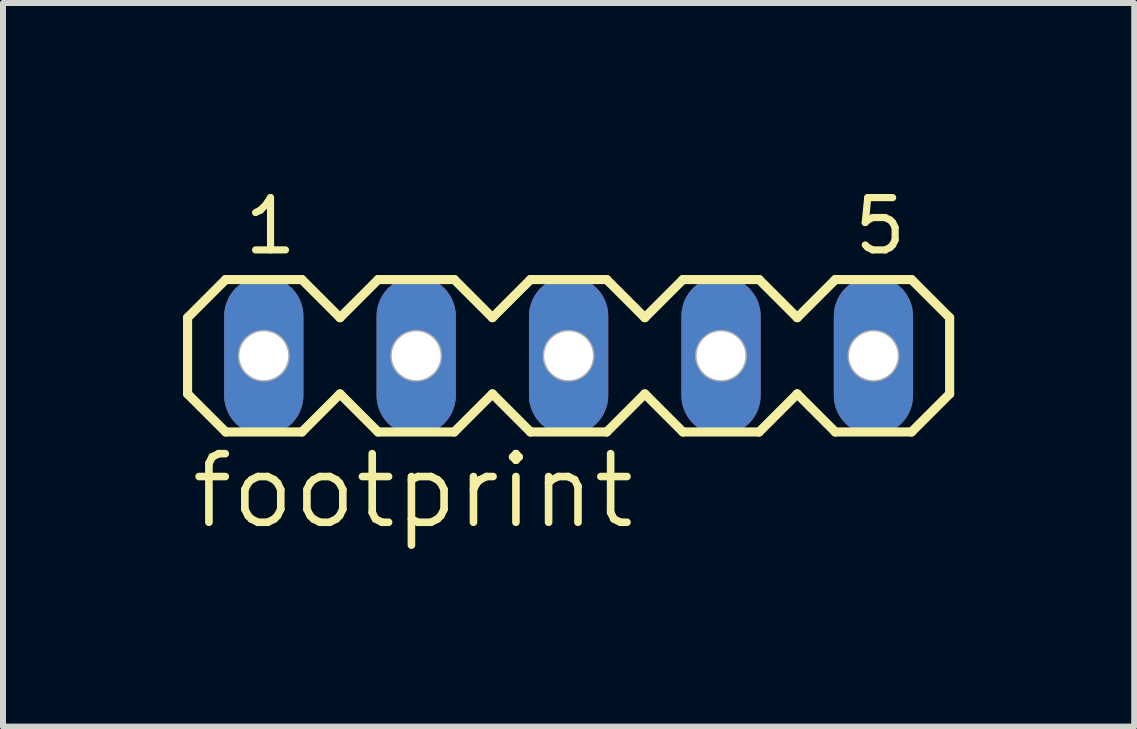
<source format=kicad_pcb>
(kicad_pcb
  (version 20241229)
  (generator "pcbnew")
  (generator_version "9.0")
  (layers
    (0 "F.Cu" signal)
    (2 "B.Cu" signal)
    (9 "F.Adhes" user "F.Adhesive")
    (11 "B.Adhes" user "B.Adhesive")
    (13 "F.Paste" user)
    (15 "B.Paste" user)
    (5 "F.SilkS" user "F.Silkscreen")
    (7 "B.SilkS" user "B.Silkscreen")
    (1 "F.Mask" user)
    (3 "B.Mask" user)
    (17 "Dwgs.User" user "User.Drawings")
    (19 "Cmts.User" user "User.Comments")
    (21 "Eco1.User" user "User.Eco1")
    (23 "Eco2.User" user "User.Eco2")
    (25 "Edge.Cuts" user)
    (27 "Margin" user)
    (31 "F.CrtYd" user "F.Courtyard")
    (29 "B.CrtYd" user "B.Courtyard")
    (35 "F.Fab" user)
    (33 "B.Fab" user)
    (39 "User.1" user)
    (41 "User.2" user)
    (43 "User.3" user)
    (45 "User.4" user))
  (footprint "footprint"
    (layer "F.Cu")
    (at 6.426 2.879)
    (property "Reference" "footprint" (at -6.35 2.921 0) (layer "F.SilkS") (effects (font (size 1.143 1.143) (thickness 0.127)) (justify left bottom)))
    (fp_line (start -6.35 -0.635) (end -6.35 0.635) (stroke (width 0.152) (type solid)) (layer "F.SilkS"))
    (fp_line (start -6.35 0.635) (end -5.715 1.27) (stroke (width 0.152) (type solid)) (layer "F.SilkS"))
    (fp_line (start -5.715 -1.27) (end -6.35 -0.635) (stroke (width 0.152) (type solid)) (layer "F.SilkS"))
    (fp_line (start -5.715 -1.27) (end -4.445 -1.27) (stroke (width 0.152) (type solid)) (layer "F.SilkS"))
    (fp_line (start -4.445 -1.27) (end -3.81 -0.635) (stroke (width 0.152) (type solid)) (layer "F.SilkS"))
    (fp_line (start -4.445 1.27) (end -5.715 1.27) (stroke (width 0.152) (type solid)) (layer "F.SilkS"))
    (fp_line (start -3.81 -0.635) (end -3.175 -1.27) (stroke (width 0.152) (type solid)) (layer "F.SilkS"))
    (fp_line (start -3.81 0.635) (end -4.445 1.27) (stroke (width 0.152) (type solid)) (layer "F.SilkS"))
    (fp_line (start -3.175 -1.27) (end -1.905 -1.27) (stroke (width 0.152) (type solid)) (layer "F.SilkS"))
    (fp_line (start -3.175 1.27) (end -3.81 0.635) (stroke (width 0.152) (type solid)) (layer "F.SilkS"))
    (fp_line (start -1.905 -1.27) (end -1.27 -0.635) (stroke (width 0.152) (type solid)) (layer "F.SilkS"))
    (fp_line (start -1.905 1.27) (end -3.175 1.27) (stroke (width 0.152) (type solid)) (layer "F.SilkS"))
    (fp_line (start -1.27 -0.635) (end -0.635 -1.27) (stroke (width 0.152) (type solid)) (layer "F.SilkS"))
    (fp_line (start -1.27 0.635) (end -1.905 1.27) (stroke (width 0.152) (type solid)) (layer "F.SilkS"))
    (fp_line (start -0.635 -1.27) (end 0.635 -1.27) (stroke (width 0.152) (type solid)) (layer "F.SilkS"))
    (fp_line (start -0.635 1.27) (end -1.27 0.635) (stroke (width 0.152) (type solid)) (layer "F.SilkS"))
    (fp_line (start 0.635 -1.27) (end 1.27 -0.635) (stroke (width 0.152) (type solid)) (layer "F.SilkS"))
    (fp_line (start 0.635 1.27) (end -0.635 1.27) (stroke (width 0.152) (type solid)) (layer "F.SilkS"))
    (fp_line (start 1.27 0.635) (end 0.635 1.27) (stroke (width 0.152) (type solid)) (layer "F.SilkS"))
    (fp_line (start 1.27 0.635) (end 1.905 1.27) (stroke (width 0.152) (type solid)) (layer "F.SilkS"))
    (fp_line (start 1.905 -1.27) (end 1.27 -0.635) (stroke (width 0.152) (type solid)) (layer "F.SilkS"))
    (fp_line (start 1.905 -1.27) (end 3.175 -1.27) (stroke (width 0.152) (type solid)) (layer "F.SilkS"))
    (fp_line (start 3.175 -1.27) (end 3.81 -0.635) (stroke (width 0.152) (type solid)) (layer "F.SilkS"))
    (fp_line (start 3.175 1.27) (end 1.905 1.27) (stroke (width 0.152) (type solid)) (layer "F.SilkS"))
    (fp_line (start 3.81 -0.635) (end 4.445 -1.27) (stroke (width 0.152) (type solid)) (layer "F.SilkS"))
    (fp_line (start 3.81 0.635) (end 3.175 1.27) (stroke (width 0.152) (type solid)) (layer "F.SilkS"))
    (fp_line (start 4.445 -1.27) (end 5.715 -1.27) (stroke (width 0.152) (type solid)) (layer "F.SilkS"))
    (fp_line (start 4.445 1.27) (end 3.81 0.635) (stroke (width 0.152) (type solid)) (layer "F.SilkS"))
    (fp_line (start 5.715 -1.27) (end 6.35 -0.635) (stroke (width 0.152) (type solid)) (layer "F.SilkS"))
    (fp_line (start 5.715 1.27) (end 4.445 1.27) (stroke (width 0.152) (type solid)) (layer "F.SilkS"))
    (fp_line (start 6.35 -0.635) (end 6.35 0.635) (stroke (width 0.152) (type solid)) (layer "F.SilkS"))
    (fp_line (start 6.35 0.635) (end 5.715 1.27) (stroke (width 0.152) (type solid)) (layer "F.SilkS"))
    (fp_circle (center -5.08 0) (end -4.953 0) (stroke (width 0.305) (type solid)) (fill no) (layer "F.Fab"))
    (fp_circle (center -5.08 0) (end -4.826 0) (stroke (width 0.305) (type solid)) (fill no) (layer "F.Fab"))
    (fp_circle (center -2.54 0) (end -2.413 0) (stroke (width 0.305) (type solid)) (fill no) (layer "F.Fab"))
    (fp_circle (center -2.54 0) (end -2.286 0) (stroke (width 0.305) (type solid)) (fill no) (layer "F.Fab"))
    (fp_circle (center 0 0) (end 0.127 0) (stroke (width 0.305) (type solid)) (fill no) (layer "F.Fab"))
    (fp_circle (center 0 0) (end 0.254 0) (stroke (width 0.305) (type solid)) (fill no) (layer "F.Fab"))
    (fp_circle (center 2.54 0) (end 2.667 0) (stroke (width 0.305) (type solid)) (fill no) (layer "F.Fab"))
    (fp_circle (center 2.54 0) (end 2.794 0) (stroke (width 0.305) (type solid)) (fill no) (layer "F.Fab"))
    (fp_circle (center 5.08 0) (end 5.207 0) (stroke (width 0.305) (type solid)) (fill no) (layer "F.Fab"))
    (fp_circle (center 5.08 0) (end 5.334 0) (stroke (width 0.305) (type solid)) (fill no) (layer "F.Fab"))
    (fp_text user "5" (at 4.699 -1.651 0) (layer "F.SilkS") (effects (font (size 0.872 0.872) (thickness 0.119)) (justify left bottom)))
    (fp_text user "1" (at -5.461 -1.651 0) (layer "F.SilkS") (effects (font (size 0.872 0.872) (thickness 0.119)) (justify left bottom)))
    (pad "1" thru_hole oval (at -5.08 0 90) (size 2.642 1.321) (drill 0.813) (layers "*.Cu" "*.Mask"))
    (pad "2" thru_hole oval (at -2.54 0 90) (size 2.642 1.321) (drill 0.813) (layers "*.Cu" "*.Mask"))
    (pad "3" thru_hole oval (at 0 0 90) (size 2.642 1.321) (drill 0.813) (layers "*.Cu" "*.Mask"))
    (pad "4" thru_hole oval (at 2.54 0 90) (size 2.642 1.321) (drill 0.813) (layers "*.Cu" "*.Mask"))
    (pad "5" thru_hole oval (at 5.08 0 90) (size 2.642 1.321) (drill 0.813) (layers "*.Cu" "*.Mask")))
  (gr_rect
    (start -3 -3)
    (end 15.852 9.059)
    (stroke (width 0.1) (type default))
    (fill no)
    (layer "Edge.Cuts")))
</source>
